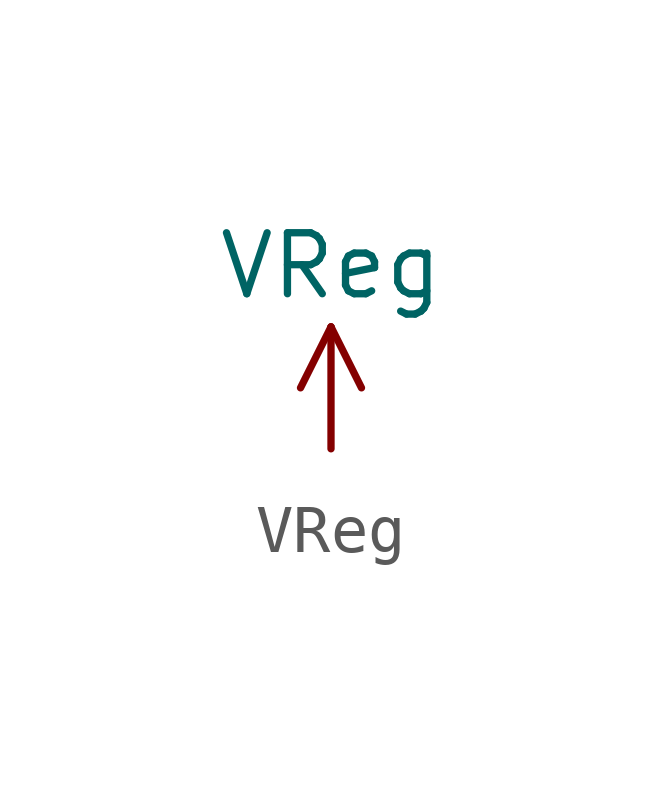
<source format=kicad_sym>
(kicad_symbol_lib
  (version 20220914)
  (generator kicad_symbol_editor)
  (symbol "VReg"
    (power)
    (property "Reference" "U"
      (at 0 3.81 0)
      (effects (font (size 1.27 1.27)) hide))
    (property "Value" "VReg"
      (at 0 1.27 0)
      (effects (font (size 1.27 1.27))))
    (symbol "VReg_0_1"
      (polyline (pts (xy 0 0) (xy -0.635 -1.27)) (stroke (width 0) (type default)) (fill (type none)))
      (polyline (pts (xy 0 0) (xy 0.635 -1.27)) (stroke (width 0) (type default)) (fill (type none))))
    (symbol "VReg_1_1"
      (pin power_in line (at 0 -2.54 90) (length 2.54) (name "" (effects (font (size 1.27 1.27)))) (number "" (effects (font (size 1.27 1.27))))))))
</source>
